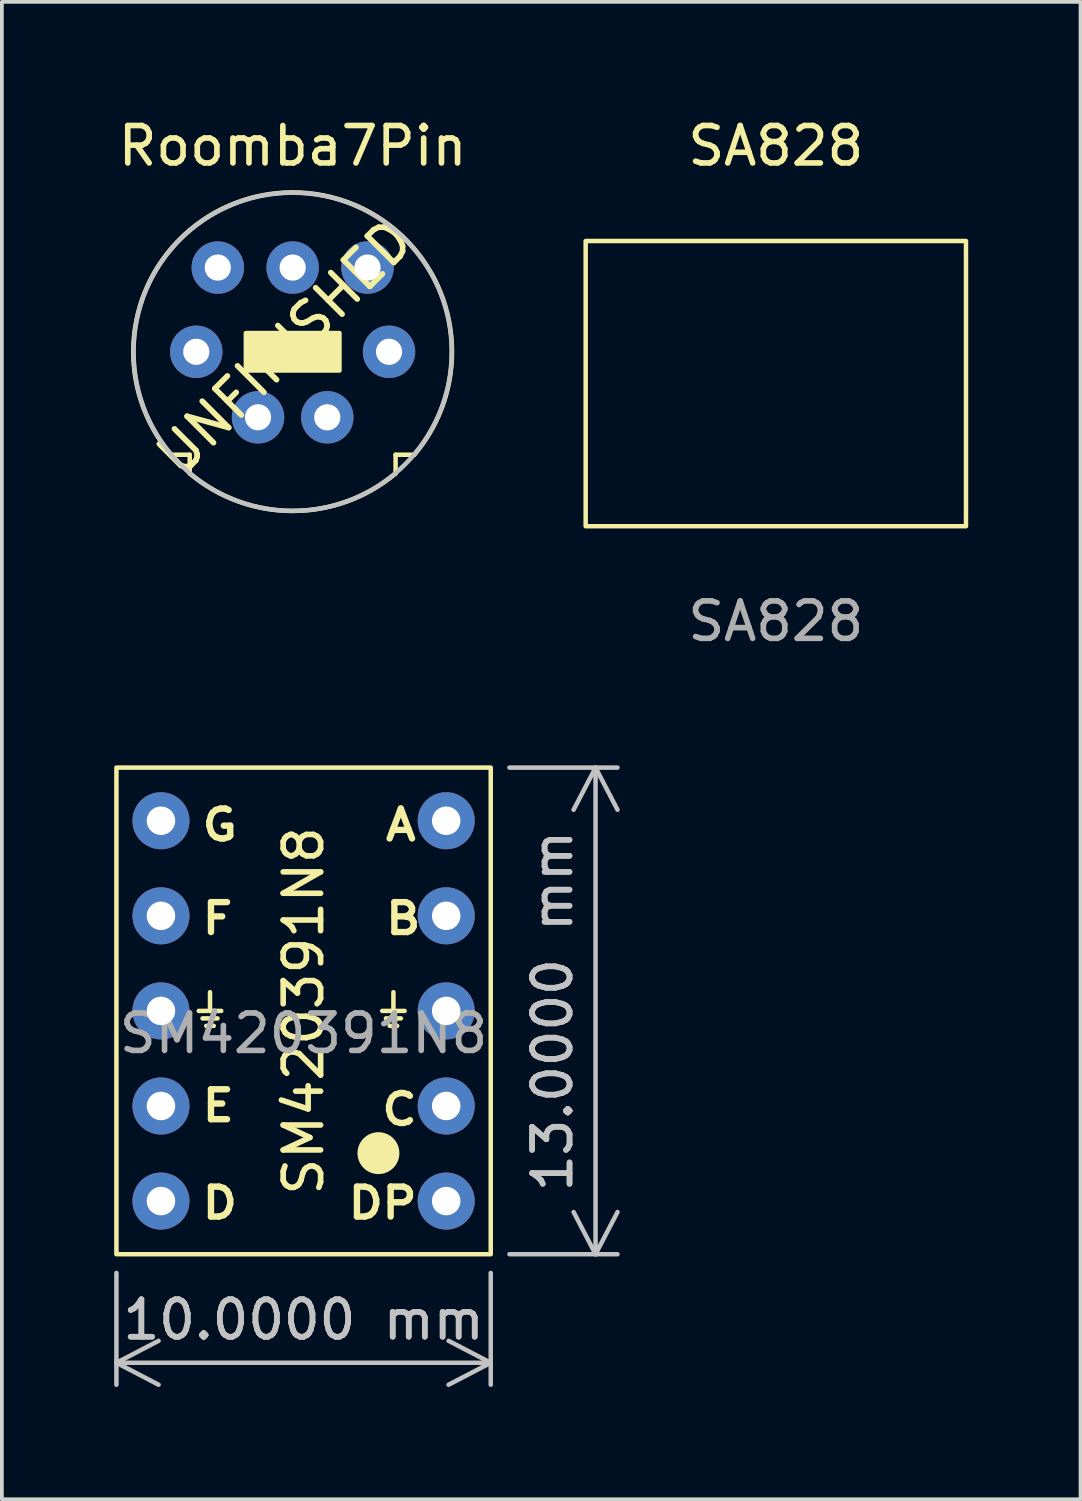
<source format=kicad_pcb>
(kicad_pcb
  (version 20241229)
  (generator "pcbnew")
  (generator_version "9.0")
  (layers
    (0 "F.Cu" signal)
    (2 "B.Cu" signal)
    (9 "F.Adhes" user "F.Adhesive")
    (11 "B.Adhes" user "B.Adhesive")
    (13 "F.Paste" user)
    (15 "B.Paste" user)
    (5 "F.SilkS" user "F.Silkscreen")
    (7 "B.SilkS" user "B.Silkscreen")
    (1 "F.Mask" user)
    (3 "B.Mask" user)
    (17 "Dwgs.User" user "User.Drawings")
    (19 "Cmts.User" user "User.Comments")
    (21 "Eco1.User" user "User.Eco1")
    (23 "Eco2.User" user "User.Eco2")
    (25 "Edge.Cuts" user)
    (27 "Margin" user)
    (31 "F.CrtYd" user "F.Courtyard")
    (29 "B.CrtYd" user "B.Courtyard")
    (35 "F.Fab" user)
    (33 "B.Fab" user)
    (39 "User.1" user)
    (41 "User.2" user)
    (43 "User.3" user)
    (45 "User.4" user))
  (footprint "SM420391N8"
    (layer "F.Cu")
    (at 5.06 23.956)
    (property "Reference" "SM420391N8" (at 0 0 90) (unlocked yes) (layer "F.SilkS") (effects (font (size 1 1) (thickness 0.15))))
    (attr through_hole)
    (fp_line (start -2.8 0) (end -2.2 0) (stroke (width 0.12) (type solid)) (layer "F.SilkS"))
    (fp_line (start -2.7 0.2) (end -2.3 0.2) (stroke (width 0.12) (type solid)) (layer "F.SilkS"))
    (fp_line (start -2.6 0.4) (end -2.4 0.4) (stroke (width 0.12) (type solid)) (layer "F.SilkS"))
    (fp_line (start -2.5 -0.5) (end -2.5 0) (stroke (width 0.12) (type solid)) (layer "F.SilkS"))
    (fp_line (start 2.1 0) (end 2.7 0) (stroke (width 0.12) (type solid)) (layer "F.SilkS"))
    (fp_line (start 2.2 0.2) (end 2.6 0.2) (stroke (width 0.12) (type solid)) (layer "F.SilkS"))
    (fp_line (start 2.3 0.4) (end 2.5 0.4) (stroke (width 0.12) (type solid)) (layer "F.SilkS"))
    (fp_line (start 2.4 -0.5) (end 2.4 0) (stroke (width 0.12) (type solid)) (layer "F.SilkS"))
    (fp_rect (start -5 -6.5) (end 5 6.5) (stroke (width 0.12) (type default)) (fill no) (layer "F.SilkS"))
    (fp_circle (center 2 3.8) (end 2.5 3.8) (stroke (width 0.12) (type solid)) (fill yes) (layer "F.SilkS"))
    (fp_text user "B" (at 2.1 -2 0) (unlocked yes) (layer "F.SilkS") (effects (font (size 0.8 0.9) (thickness 0.17) (bold yes)) (justify left bottom)))
    (fp_text user "A" (at 2.1 -4.5 0) (unlocked yes) (layer "F.SilkS") (effects (font (size 0.8 0.9) (thickness 0.17) (bold yes)) (justify left bottom)))
    (fp_text user "F" (at -2.8 -2 0) (unlocked yes) (layer "F.SilkS") (effects (font (size 0.8 0.9) (thickness 0.17) (bold yes)) (justify left bottom)))
    (fp_text user "G" (at -2.8 -4.5 0) (unlocked yes) (layer "F.SilkS") (effects (font (size 0.8 0.9) (thickness 0.17) (bold yes)) (justify left bottom)))
    (fp_text user "DP" (at 1.1 5.6 0) (unlocked yes) (layer "F.SilkS") (effects (font (size 0.8 0.9) (thickness 0.17) (bold yes)) (justify left bottom)))
    (fp_text user "C" (at 2 3.1 0) (unlocked yes) (layer "F.SilkS") (effects (font (size 0.8 0.9) (thickness 0.17) (bold yes)) (justify left bottom)))
    (fp_text user "D" (at -2.8 5.6 0) (unlocked yes) (layer "F.SilkS") (effects (font (size 0.8 0.9) (thickness 0.17) (bold yes)) (justify left bottom)))
    (fp_text user "E" (at -2.8 3 0) (unlocked yes) (layer "F.SilkS") (effects (font (size 0.8 0.9) (thickness 0.17) (bold yes)) (justify left bottom)))
    (fp_text user "${REFERENCE}" (at 0 0.6 0) (unlocked yes) (layer "F.Fab") (effects (font (size 1 1) (thickness 0.15))))
    (dimension (type aligned) (layer "Dwgs.User") (pts (xy 0.06 30.456) (xy 10.06 30.456)) (height 2.9) (format (prefix "") (suffix "") (units 3) (units_format 1) (precision 4)) (style (thickness 0.12) (arrow_length 1.27) (text_position_mode 0) (arrow_direction outward) (extension_height 0.586) (extension_offset 0.5) (keep_text_aligned yes)) (gr_text "10.0000 mm" (at 5.06 32.206 0) (layer "Dwgs.User") (effects (font (size 1 1) (thickness 0.15)))))
    (dimension (type aligned) (layer "Dwgs.User") (pts (xy 10.06 30.456) (xy 10.06 17.456)) (height 2.8) (format (prefix "") (suffix "") (units 3) (units_format 1) (precision 4)) (style (thickness 0.12) (arrow_length 1.27) (text_position_mode 0) (arrow_direction outward) (extension_height 0.586) (extension_offset 0.5) (keep_text_aligned yes)) (gr_text "13.0000 mm" (at 11.71 23.956 90) (layer "Dwgs.User") (effects (font (size 1 1) (thickness 0.15)))))
    (pad "1" thru_hole circle (at -3.81 -5.08) (size 1.524 1.524) (drill 0.762) (layers "*.Cu" "*.Mask"))
    (pad "2" thru_hole circle (at -3.81 -2.54) (size 1.524 1.524) (drill 0.762) (layers "*.Cu" "*.Mask"))
    (pad "3" thru_hole circle (at -3.81 0) (size 1.524 1.524) (drill 0.762) (layers "*.Cu" "*.Mask"))
    (pad "4" thru_hole circle (at -3.81 2.54) (size 1.524 1.524) (drill 0.762) (layers "*.Cu" "*.Mask"))
    (pad "5" thru_hole circle (at -3.81 5.08) (size 1.524 1.524) (drill 0.762) (layers "*.Cu" "*.Mask"))
    (pad "6" thru_hole circle (at 3.81 5.08) (size 1.524 1.524) (drill 0.762) (layers "*.Cu" "*.Mask"))
    (pad "7" thru_hole circle (at 3.81 2.54) (size 1.524 1.524) (drill 0.762) (layers "*.Cu" "*.Mask"))
    (pad "8" thru_hole circle (at 3.81 0) (size 1.524 1.524) (drill 0.762) (layers "*.Cu" "*.Mask"))
    (pad "9" thru_hole circle (at 3.81 -2.54) (size 1.524 1.524) (drill 0.762) (layers "*.Cu" "*.Mask"))
    (pad "10" thru_hole circle (at 3.81 -5.08) (size 1.524 1.524) (drill 0.762) (layers "*.Cu" "*.Mask")))
  (footprint "SA828"
    (layer "F.Cu")
    (at 17.676 5.928)
    (property "Reference" "SA828" (at 0 -5.08 0) (unlocked yes) (layer "F.SilkS") (effects (font (size 1 1) (thickness 0.15))))
    (attr smd)
    (fp_rect (start -5.08 -2.54) (end 5.08 5.08) (stroke (width 0.12) (type solid)) (fill no) (layer "F.SilkS"))
    (fp_text user "${REFERENCE}" (at 0 7.62 0) (unlocked yes) (layer "F.Fab") (effects (font (size 1 1) (thickness 0.15)))))
  (footprint "Roomba7Pin"
    (layer "F.Cu")
    (at 4.768 6.348)
    (property "Reference" "Roomba7Pin" (at 0 -5.5 0) (unlocked yes) (layer "F.SilkS") (effects (font (size 1 1) (thickness 0.15))))
    (attr through_hole)
    (fp_line (start -2.75 2.75) (end -3.25 2.75) (stroke (width 0.12) (type default)) (layer "F.SilkS"))
    (fp_line (start -2.75 3.25) (end -2.75 2.75) (stroke (width 0.12) (type default)) (layer "F.SilkS"))
    (fp_line (start 2.75 2.75) (end 3.25 2.75) (stroke (width 0.12) (type default)) (layer "F.SilkS"))
    (fp_line (start 2.75 3.25) (end 2.75 2.75) (stroke (width 0.12) (type default)) (layer "F.SilkS"))
    (fp_rect (start -1.25 -0.5) (end 1.25 0.5) (stroke (width 0.12) (type solid)) (fill yes) (layer "F.SilkS"))
    (fp_arc (start -3.25 2.75) (mid 0 -4.257347) (end 3.25 2.75) (stroke (width 0.12) (type default)) (layer "F.SilkS"))
    (fp_arc (start 2.75 3.25) (mid 0 4.250918) (end -2.75 3.25) (stroke (width 0.12) (type default)) (layer "F.SilkS"))
    (fp_circle (center 0 0) (end 4.25 0) (stroke (width 0.12) (type default)) (fill no) (layer "Dwgs.User"))
    (fp_text user "UNFINISHED" (at -3 3.5 45) (unlocked yes) (layer "F.SilkS") (effects (font (size 1 1) (thickness 0.15)) (justify left bottom)))
    (pad "1" thru_hole circle (at 0.925 1.75) (size 1.4 1.4) (drill 0.7) (layers "*.Cu" "*.Mask"))
    (pad "2" thru_hole circle (at -0.925 1.75) (size 1.4 1.4) (drill 0.7) (layers "*.Cu" "*.Mask"))
    (pad "3" thru_hole circle (at 2.575 0) (size 1.4 1.4) (drill 0.7) (layers "*.Cu" "*.Mask"))
    (pad "4" thru_hole circle (at -2.575 0) (size 1.4 1.4) (drill 0.7) (layers "*.Cu" "*.Mask"))
    (pad "5" thru_hole circle (at 2 -2.25) (size 1.4 1.4) (drill 0.7) (layers "*.Cu" "*.Mask"))
    (pad "6" thru_hole circle (at 0 -2.25) (size 1.4 1.4) (drill 0.7) (layers "*.Cu" "*.Mask"))
    (pad "7" thru_hole circle (at -2 -2.25) (size 1.4 1.4) (drill 0.7) (layers "*.Cu" "*.Mask")))
  (gr_rect
    (start -3 -3)
    (end 25.816 37.003)
    (stroke (width 0.1) (type default))
    (fill no)
    (layer "Edge.Cuts")))
</source>
